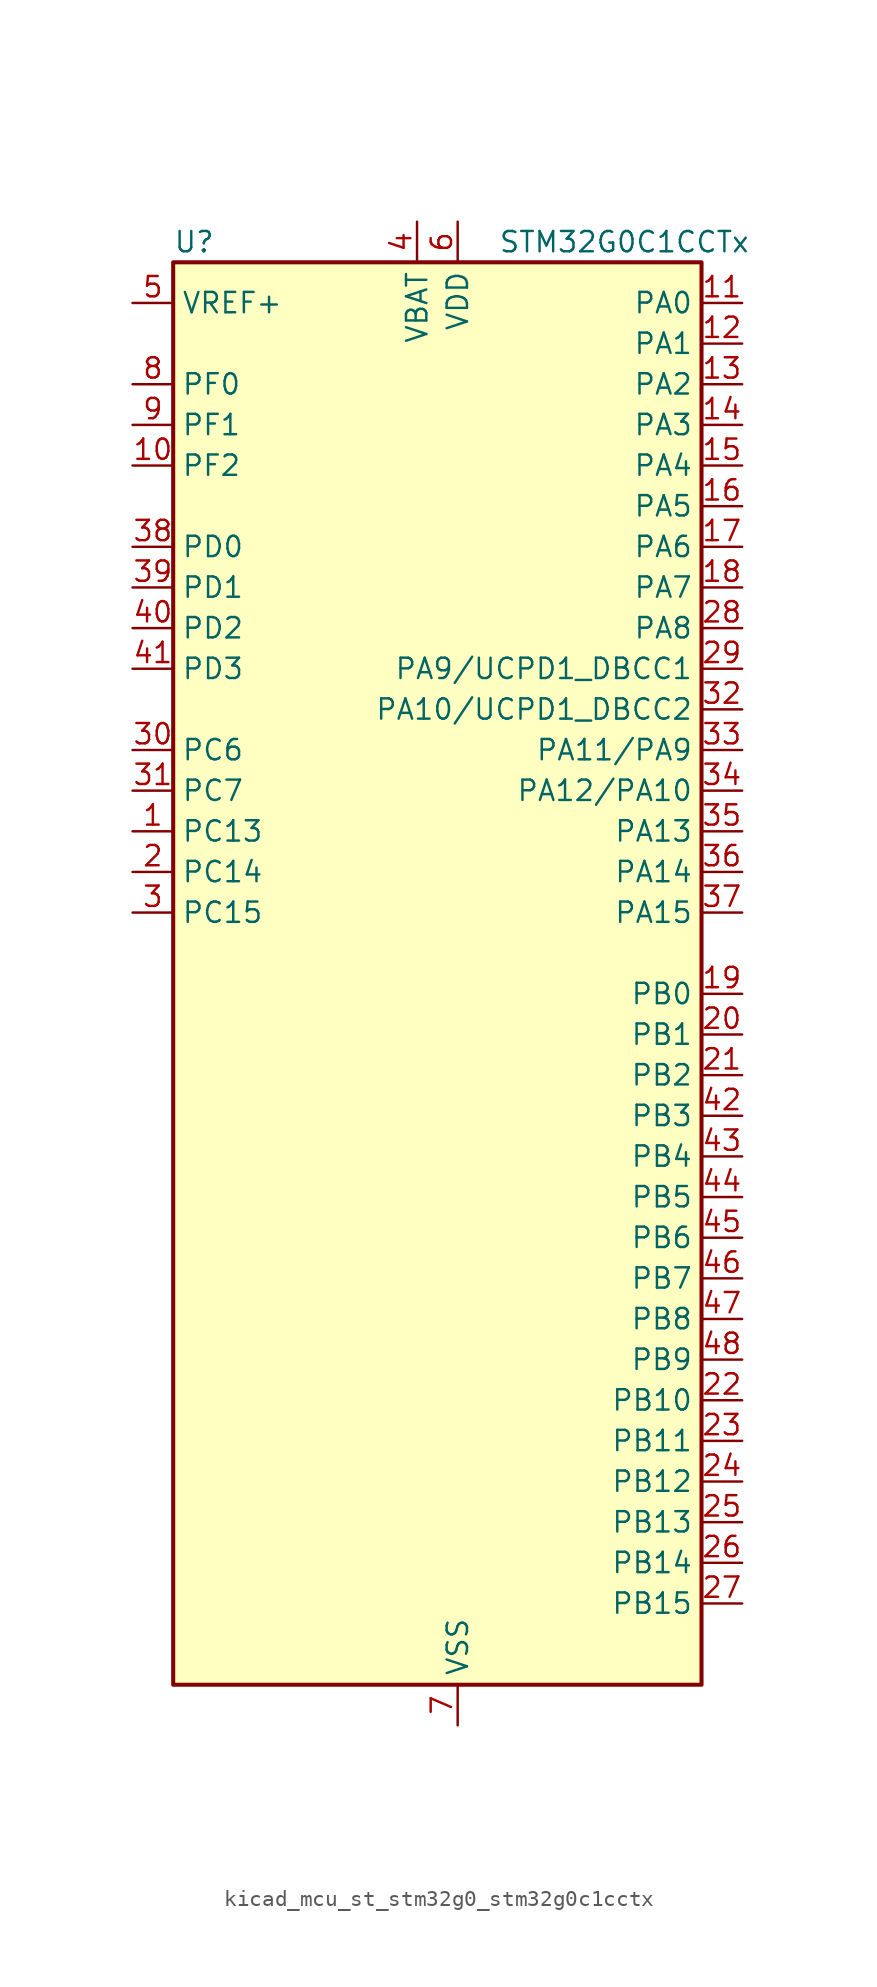
<source format=kicad_sym>
(kicad_symbol_lib
  (version 20220914)
  (generator kicad_symbol_editor)
  (symbol "kicad_mcu_st_stm32g0_stm32g0c1cctx"
    (property "Reference" "U"
      (at -15.24 46.99 0)
      (effects (font (size 1.27 1.27)) (justify left)))
    (property "Value" "STM32G0C1CCTx"
      (at 5.08 46.99 0)
      (effects (font (size 1.27 1.27)) (justify left)))
    (property "ki_locked" ""
      (at 0 0 0)
      (effects (font (size 1.27 1.27))))
    (symbol "kicad_mcu_st_stm32g0_stm32g0c1cctx_0_1"
      (rectangle (start -15.24 -43.18) (end 17.78 45.72) (stroke (width 0.254) (type default)) (fill (type background))))
    (symbol "kicad_mcu_st_stm32g0_stm32g0c1cctx_1_1"
      (pin bidirectional line (at -17.78 10.16 0) (length 2.54) (name "PC13" (effects (font (size 1.27 1.27)))) (number "1" (effects (font (size 1.27 1.27)))) (alternate "RTC_OUT1" bidirectional line) (alternate "RTC_TAMP_IN1" bidirectional line) (alternate "RTC_TS" bidirectional line) (alternate "SYS_WKUP2" bidirectional line) (alternate "TIM1_BK" bidirectional line))
      (pin bidirectional line (at -17.78 33.02 0) (length 2.54) (name "PF2" (effects (font (size 1.27 1.27)))) (number "10" (effects (font (size 1.27 1.27)))) (alternate "LPUART2_DE" bidirectional line) (alternate "LPUART2_RTS" bidirectional line) (alternate "LPUART2_TX" bidirectional line) (alternate "RCC_MCO" bidirectional line))
      (pin bidirectional line (at 20.32 43.18 180) (length 2.54) (name "PA0" (effects (font (size 1.27 1.27)))) (number "11" (effects (font (size 1.27 1.27)))) (alternate "ADC1_IN0" bidirectional line) (alternate "COMP1_INM" bidirectional line) (alternate "COMP1_OUT" bidirectional line) (alternate "I2S2_CK" bidirectional line) (alternate "LPTIM1_OUT" bidirectional line) (alternate "RTC_TAMP_IN2" bidirectional line) (alternate "SPI2_SCK" bidirectional line) (alternate "SYS_WKUP1" bidirectional line) (alternate "TIM2_CH1" bidirectional line) (alternate "TIM2_ETR" bidirectional line) (alternate "UCPD2_FRSTX1" bidirectional line) (alternate "UCPD2_FRSTX2" bidirectional line) (alternate "USART2_CTS" bidirectional line) (alternate "USART2_NSS" bidirectional line) (alternate "USART4_TX" bidirectional line))
      (pin bidirectional line (at 20.32 40.64 180) (length 2.54) (name "PA1" (effects (font (size 1.27 1.27)))) (number "12" (effects (font (size 1.27 1.27)))) (alternate "ADC1_IN1" bidirectional line) (alternate "COMP1_INP" bidirectional line) (alternate "I2C1_SMBA" bidirectional line) (alternate "I2S1_CK" bidirectional line) (alternate "SPI1_SCK" bidirectional line) (alternate "TIM15_CH1N" bidirectional line) (alternate "TIM2_CH2" bidirectional line) (alternate "USART2_CK" bidirectional line) (alternate "USART2_DE" bidirectional line) (alternate "USART2_RTS" bidirectional line) (alternate "USART4_RX" bidirectional line))
      (pin bidirectional line (at 20.32 38.1 180) (length 2.54) (name "PA2" (effects (font (size 1.27 1.27)))) (number "13" (effects (font (size 1.27 1.27)))) (alternate "ADC1_IN2" bidirectional line) (alternate "COMP2_INM" bidirectional line) (alternate "COMP2_OUT" bidirectional line) (alternate "I2S1_SD" bidirectional line) (alternate "LPUART1_TX" bidirectional line) (alternate "RCC_LSCO" bidirectional line) (alternate "SPI1_MOSI" bidirectional line) (alternate "SYS_WKUP4" bidirectional line) (alternate "TIM15_CH1" bidirectional line) (alternate "TIM2_CH3" bidirectional line) (alternate "UCPD1_FRSTX1" bidirectional line) (alternate "UCPD1_FRSTX2" bidirectional line) (alternate "USART2_TX" bidirectional line))
      (pin bidirectional line (at 20.32 35.56 180) (length 2.54) (name "PA3" (effects (font (size 1.27 1.27)))) (number "14" (effects (font (size 1.27 1.27)))) (alternate "ADC1_IN3" bidirectional line) (alternate "COMP2_INP" bidirectional line) (alternate "I2S2_MCK" bidirectional line) (alternate "LPUART1_RX" bidirectional line) (alternate "SPI2_MISO" bidirectional line) (alternate "TIM15_CH2" bidirectional line) (alternate "TIM2_CH4" bidirectional line) (alternate "UCPD2_FRSTX1" bidirectional line) (alternate "UCPD2_FRSTX2" bidirectional line) (alternate "USART2_RX" bidirectional line))
      (pin bidirectional line (at 20.32 33.02 180) (length 2.54) (name "PA4" (effects (font (size 1.27 1.27)))) (number "15" (effects (font (size 1.27 1.27)))) (alternate "ADC1_IN4" bidirectional line) (alternate "DAC1_OUT1" bidirectional line) (alternate "I2S1_WS" bidirectional line) (alternate "I2S2_SD" bidirectional line) (alternate "LPTIM2_OUT" bidirectional line) (alternate "RTC_OUT2" bidirectional line) (alternate "SPI1_NSS" bidirectional line) (alternate "SPI2_MOSI" bidirectional line) (alternate "SPI3_NSS" bidirectional line) (alternate "TIM14_CH1" bidirectional line) (alternate "UCPD2_FRSTX1" bidirectional line) (alternate "UCPD2_FRSTX2" bidirectional line) (alternate "USART6_TX" bidirectional line) (alternate "USB_NOE" bidirectional line))
      (pin bidirectional line (at 20.32 30.48 180) (length 2.54) (name "PA5" (effects (font (size 1.27 1.27)))) (number "16" (effects (font (size 1.27 1.27)))) (alternate "ADC1_IN5" bidirectional line) (alternate "CEC" bidirectional line) (alternate "DAC1_OUT2" bidirectional line) (alternate "I2S1_CK" bidirectional line) (alternate "LPTIM2_ETR" bidirectional line) (alternate "SPI1_SCK" bidirectional line) (alternate "TIM2_CH1" bidirectional line) (alternate "TIM2_ETR" bidirectional line) (alternate "UCPD1_FRSTX1" bidirectional line) (alternate "UCPD1_FRSTX2" bidirectional line) (alternate "USART3_TX" bidirectional line) (alternate "USART6_RX" bidirectional line))
      (pin bidirectional line (at 20.32 27.94 180) (length 2.54) (name "PA6" (effects (font (size 1.27 1.27)))) (number "17" (effects (font (size 1.27 1.27)))) (alternate "ADC1_IN6" bidirectional line) (alternate "COMP1_OUT" bidirectional line) (alternate "I2C2_SDA" bidirectional line) (alternate "I2C3_SDA" bidirectional line) (alternate "I2S1_MCK" bidirectional line) (alternate "LPUART1_CTS" bidirectional line) (alternate "SPI1_MISO" bidirectional line) (alternate "TIM16_CH1" bidirectional line) (alternate "TIM1_BK" bidirectional line) (alternate "TIM3_CH1" bidirectional line) (alternate "USART3_CTS" bidirectional line) (alternate "USART3_NSS" bidirectional line) (alternate "USART6_CTS" bidirectional line) (alternate "USART6_NSS" bidirectional line))
      (pin bidirectional line (at 20.32 25.4 180) (length 2.54) (name "PA7" (effects (font (size 1.27 1.27)))) (number "18" (effects (font (size 1.27 1.27)))) (alternate "ADC1_IN7" bidirectional line) (alternate "COMP2_OUT" bidirectional line) (alternate "I2C2_SCL" bidirectional line) (alternate "I2C3_SCL" bidirectional line) (alternate "I2S1_SD" bidirectional line) (alternate "SPI1_MOSI" bidirectional line) (alternate "TIM14_CH1" bidirectional line) (alternate "TIM17_CH1" bidirectional line) (alternate "TIM1_CH1N" bidirectional line) (alternate "TIM3_CH2" bidirectional line) (alternate "UCPD1_FRSTX1" bidirectional line) (alternate "UCPD1_FRSTX2" bidirectional line) (alternate "USART6_CK" bidirectional line) (alternate "USART6_DE" bidirectional line) (alternate "USART6_RTS" bidirectional line))
      (pin bidirectional line (at 20.32 0 180) (length 2.54) (name "PB0" (effects (font (size 1.27 1.27)))) (number "19" (effects (font (size 1.27 1.27)))) (alternate "ADC1_IN8" bidirectional line) (alternate "COMP1_OUT" bidirectional line) (alternate "COMP3_INP" bidirectional line) (alternate "FDCAN2_RX" bidirectional line) (alternate "I2S1_WS" bidirectional line) (alternate "LPTIM1_OUT" bidirectional line) (alternate "LPUART2_CTS" bidirectional line) (alternate "SPI1_NSS" bidirectional line) (alternate "TIM1_CH2N" bidirectional line) (alternate "TIM3_CH3" bidirectional line) (alternate "UCPD1_FRSTX1" bidirectional line) (alternate "UCPD1_FRSTX2" bidirectional line) (alternate "USART3_RX" bidirectional line) (alternate "USART5_TX" bidirectional line))
      (pin bidirectional line (at -17.78 7.62 0) (length 2.54) (name "PC14" (effects (font (size 1.27 1.27)))) (number "2" (effects (font (size 1.27 1.27)))) (alternate "RCC_OSC32_IN" bidirectional line) (alternate "TIM1_BK2" bidirectional line))
      (pin bidirectional line (at 20.32 -2.54 180) (length 2.54) (name "PB1" (effects (font (size 1.27 1.27)))) (number "20" (effects (font (size 1.27 1.27)))) (alternate "ADC1_IN9" bidirectional line) (alternate "COMP1_INM" bidirectional line) (alternate "COMP3_OUT" bidirectional line) (alternate "FDCAN2_TX" bidirectional line) (alternate "LPTIM2_IN1" bidirectional line) (alternate "LPUART1_DE" bidirectional line) (alternate "LPUART1_RTS" bidirectional line) (alternate "LPUART2_DE" bidirectional line) (alternate "LPUART2_RTS" bidirectional line) (alternate "TIM14_CH1" bidirectional line) (alternate "TIM1_CH3N" bidirectional line) (alternate "TIM3_CH4" bidirectional line) (alternate "USART3_CK" bidirectional line) (alternate "USART3_DE" bidirectional line) (alternate "USART3_RTS" bidirectional line) (alternate "USART5_RX" bidirectional line))
      (pin bidirectional line (at 20.32 -5.08 180) (length 2.54) (name "PB2" (effects (font (size 1.27 1.27)))) (number "21" (effects (font (size 1.27 1.27)))) (alternate "ADC1_IN10" bidirectional line) (alternate "COMP1_INP" bidirectional line) (alternate "COMP3_INM" bidirectional line) (alternate "I2S2_MCK" bidirectional line) (alternate "LPTIM1_OUT" bidirectional line) (alternate "RCC_MCO_2" bidirectional line) (alternate "SPI2_MISO" bidirectional line) (alternate "USART3_TX" bidirectional line))
      (pin bidirectional line (at 20.32 -25.4 180) (length 2.54) (name "PB10" (effects (font (size 1.27 1.27)))) (number "22" (effects (font (size 1.27 1.27)))) (alternate "ADC1_IN11" bidirectional line) (alternate "CEC" bidirectional line) (alternate "COMP1_OUT" bidirectional line) (alternate "I2C2_SCL" bidirectional line) (alternate "I2S2_CK" bidirectional line) (alternate "LPUART1_RX" bidirectional line) (alternate "SPI2_SCK" bidirectional line) (alternate "TIM2_CH3" bidirectional line) (alternate "USART3_TX" bidirectional line))
      (pin bidirectional line (at 20.32 -27.94 180) (length 2.54) (name "PB11" (effects (font (size 1.27 1.27)))) (number "23" (effects (font (size 1.27 1.27)))) (alternate "ADC1_EXTI11" bidirectional line) (alternate "ADC1_IN15" bidirectional line) (alternate "COMP2_OUT" bidirectional line) (alternate "I2C2_SDA" bidirectional line) (alternate "I2S2_SD" bidirectional line) (alternate "LPUART1_TX" bidirectional line) (alternate "SPI2_MOSI" bidirectional line) (alternate "TIM2_CH4" bidirectional line) (alternate "USART3_RX" bidirectional line))
      (pin bidirectional line (at 20.32 -30.48 180) (length 2.54) (name "PB12" (effects (font (size 1.27 1.27)))) (number "24" (effects (font (size 1.27 1.27)))) (alternate "ADC1_IN16" bidirectional line) (alternate "FDCAN2_RX" bidirectional line) (alternate "I2C2_SMBA" bidirectional line) (alternate "I2S2_WS" bidirectional line) (alternate "LPUART1_DE" bidirectional line) (alternate "LPUART1_RTS" bidirectional line) (alternate "SPI2_NSS" bidirectional line) (alternate "TIM15_BK" bidirectional line) (alternate "TIM1_BK" bidirectional line) (alternate "UCPD2_FRSTX1" bidirectional line) (alternate "UCPD2_FRSTX2" bidirectional line))
      (pin bidirectional line (at 20.32 -33.02 180) (length 2.54) (name "PB13" (effects (font (size 1.27 1.27)))) (number "25" (effects (font (size 1.27 1.27)))) (alternate "FDCAN2_TX" bidirectional line) (alternate "I2C2_SCL" bidirectional line) (alternate "I2S2_CK" bidirectional line) (alternate "LPUART1_CTS" bidirectional line) (alternate "SPI2_SCK" bidirectional line) (alternate "TIM15_CH1N" bidirectional line) (alternate "TIM1_CH1N" bidirectional line) (alternate "USART3_CTS" bidirectional line) (alternate "USART3_NSS" bidirectional line))
      (pin bidirectional line (at 20.32 -35.56 180) (length 2.54) (name "PB14" (effects (font (size 1.27 1.27)))) (number "26" (effects (font (size 1.27 1.27)))) (alternate "I2C2_SDA" bidirectional line) (alternate "I2S2_MCK" bidirectional line) (alternate "SPI2_MISO" bidirectional line) (alternate "TIM15_CH1" bidirectional line) (alternate "TIM1_CH2N" bidirectional line) (alternate "UCPD1_FRSTX1" bidirectional line) (alternate "UCPD1_FRSTX2" bidirectional line) (alternate "USART3_CK" bidirectional line) (alternate "USART3_DE" bidirectional line) (alternate "USART3_RTS" bidirectional line) (alternate "USART6_CK" bidirectional line) (alternate "USART6_DE" bidirectional line) (alternate "USART6_RTS" bidirectional line))
      (pin bidirectional line (at 20.32 -38.1 180) (length 2.54) (name "PB15" (effects (font (size 1.27 1.27)))) (number "27" (effects (font (size 1.27 1.27)))) (alternate "I2S2_SD" bidirectional line) (alternate "RTC_REFIN" bidirectional line) (alternate "SPI2_MOSI" bidirectional line) (alternate "TIM15_CH1N" bidirectional line) (alternate "TIM15_CH2" bidirectional line) (alternate "TIM1_CH3N" bidirectional line) (alternate "UCPD1_CC2" bidirectional line) (alternate "USART6_CTS" bidirectional line) (alternate "USART6_NSS" bidirectional line))
      (pin bidirectional line (at 20.32 22.86 180) (length 2.54) (name "PA8" (effects (font (size 1.27 1.27)))) (number "28" (effects (font (size 1.27 1.27)))) (alternate "CRS1_SYNC" bidirectional line) (alternate "I2C2_SMBA" bidirectional line) (alternate "I2S2_WS" bidirectional line) (alternate "LPTIM2_OUT" bidirectional line) (alternate "RCC_MCO" bidirectional line) (alternate "SPI2_NSS" bidirectional line) (alternate "TIM1_CH1" bidirectional line) (alternate "UCPD1_CC1" bidirectional line))
      (pin bidirectional line (at 20.32 20.32 180) (length 2.54) (name "PA9/UCPD1_DBCC1" (effects (font (size 1.27 1.27)))) (number "29" (effects (font (size 1.27 1.27)))) (alternate "DAC1_EXTI9" bidirectional line) (alternate "I2C1_SCL" bidirectional line) (alternate "I2C2_SCL" bidirectional line) (alternate "I2S2_MCK" bidirectional line) (alternate "RCC_MCO" bidirectional line) (alternate "SPI2_MISO" bidirectional line) (alternate "TIM15_BK" bidirectional line) (alternate "TIM1_CH2" bidirectional line) (alternate "UCPD1_DBCC1" bidirectional line) (alternate "USART1_TX" bidirectional line))
      (pin bidirectional line (at -17.78 5.08 0) (length 2.54) (name "PC15" (effects (font (size 1.27 1.27)))) (number "3" (effects (font (size 1.27 1.27)))) (alternate "RCC_OSC32_EN" bidirectional line) (alternate "RCC_OSC32_OUT" bidirectional line) (alternate "RCC_OSC_EN" bidirectional line) (alternate "TIM15_BK" bidirectional line))
      (pin bidirectional line (at -17.78 15.24 0) (length 2.54) (name "PC6" (effects (font (size 1.27 1.27)))) (number "30" (effects (font (size 1.27 1.27)))) (alternate "LPUART2_TX" bidirectional line) (alternate "TIM2_CH3" bidirectional line) (alternate "TIM3_CH1" bidirectional line) (alternate "UCPD1_FRSTX1" bidirectional line) (alternate "UCPD1_FRSTX2" bidirectional line))
      (pin bidirectional line (at -17.78 12.7 0) (length 2.54) (name "PC7" (effects (font (size 1.27 1.27)))) (number "31" (effects (font (size 1.27 1.27)))) (alternate "LPUART2_RX" bidirectional line) (alternate "TIM2_CH4" bidirectional line) (alternate "TIM3_CH2" bidirectional line) (alternate "UCPD2_FRSTX1" bidirectional line) (alternate "UCPD2_FRSTX2" bidirectional line))
      (pin bidirectional line (at 20.32 17.78 180) (length 2.54) (name "PA10/UCPD1_DBCC2" (effects (font (size 1.27 1.27)))) (number "32" (effects (font (size 1.27 1.27)))) (alternate "I2C1_SDA" bidirectional line) (alternate "I2C2_SDA" bidirectional line) (alternate "I2S2_SD" bidirectional line) (alternate "RCC_MCO_2" bidirectional line) (alternate "SPI2_MOSI" bidirectional line) (alternate "TIM17_BK" bidirectional line) (alternate "TIM1_CH3" bidirectional line) (alternate "UCPD1_DBCC2" bidirectional line) (alternate "USART1_RX" bidirectional line))
      (pin bidirectional line (at 20.32 15.24 180) (length 2.54) (name "PA11/PA9" (effects (font (size 1.27 1.27)))) (number "33" (effects (font (size 1.27 1.27)))) (alternate "ADC1_EXTI11" bidirectional line) (alternate "COMP1_OUT" bidirectional line) (alternate "FDCAN1_RX" bidirectional line) (alternate "I2C2_SCL" bidirectional line) (alternate "I2S1_MCK" bidirectional line) (alternate "SPI1_MISO" bidirectional line) (alternate "TIM1_BK2" bidirectional line) (alternate "TIM1_CH4" bidirectional line) (alternate "USART1_CTS" bidirectional line) (alternate "USART1_NSS" bidirectional line) (alternate "USB_DM" bidirectional line))
      (pin bidirectional line (at 20.32 12.7 180) (length 2.54) (name "PA12/PA10" (effects (font (size 1.27 1.27)))) (number "34" (effects (font (size 1.27 1.27)))) (alternate "COMP2_OUT" bidirectional line) (alternate "FDCAN1_TX" bidirectional line) (alternate "I2C2_SDA" bidirectional line) (alternate "I2S1_SD" bidirectional line) (alternate "I2S_CKIN" bidirectional line) (alternate "SPI1_MOSI" bidirectional line) (alternate "TIM1_ETR" bidirectional line) (alternate "USART1_CK" bidirectional line) (alternate "USART1_DE" bidirectional line) (alternate "USART1_RTS" bidirectional line) (alternate "USB_DP" bidirectional line))
      (pin bidirectional line (at 20.32 10.16 180) (length 2.54) (name "PA13" (effects (font (size 1.27 1.27)))) (number "35" (effects (font (size 1.27 1.27)))) (alternate "IR_OUT" bidirectional line) (alternate "LPUART2_RX" bidirectional line) (alternate "SYS_SWDIO" bidirectional line) (alternate "USB_NOE" bidirectional line))
      (pin bidirectional line (at 20.32 7.62 180) (length 2.54) (name "PA14" (effects (font (size 1.27 1.27)))) (number "36" (effects (font (size 1.27 1.27)))) (alternate "LPUART2_TX" bidirectional line) (alternate "SYS_SWCLK" bidirectional line) (alternate "USART2_TX" bidirectional line))
      (pin bidirectional line (at 20.32 5.08 180) (length 2.54) (name "PA15" (effects (font (size 1.27 1.27)))) (number "37" (effects (font (size 1.27 1.27)))) (alternate "I2C2_SMBA" bidirectional line) (alternate "I2S1_WS" bidirectional line) (alternate "RCC_MCO_2" bidirectional line) (alternate "SPI1_NSS" bidirectional line) (alternate "SPI3_NSS" bidirectional line) (alternate "TIM2_CH1" bidirectional line) (alternate "TIM2_ETR" bidirectional line) (alternate "USART2_RX" bidirectional line) (alternate "USART3_CK" bidirectional line) (alternate "USART3_DE" bidirectional line) (alternate "USART3_RTS" bidirectional line) (alternate "USART4_CK" bidirectional line) (alternate "USART4_DE" bidirectional line) (alternate "USART4_RTS" bidirectional line) (alternate "USB_NOE" bidirectional line))
      (pin bidirectional line (at -17.78 27.94 0) (length 2.54) (name "PD0" (effects (font (size 1.27 1.27)))) (number "38" (effects (font (size 1.27 1.27)))) (alternate "FDCAN1_RX" bidirectional line) (alternate "I2S2_WS" bidirectional line) (alternate "SPI2_NSS" bidirectional line) (alternate "TIM16_CH1" bidirectional line) (alternate "UCPD2_CC1" bidirectional line))
      (pin bidirectional line (at -17.78 25.4 0) (length 2.54) (name "PD1" (effects (font (size 1.27 1.27)))) (number "39" (effects (font (size 1.27 1.27)))) (alternate "FDCAN1_TX" bidirectional line) (alternate "I2S2_CK" bidirectional line) (alternate "SPI2_SCK" bidirectional line) (alternate "TIM17_CH1" bidirectional line) (alternate "UCPD2_DBCC1" bidirectional line))
      (pin power_in line (at 0 48.26 270) (length 2.54) (name "VBAT" (effects (font (size 1.27 1.27)))) (number "4" (effects (font (size 1.27 1.27)))))
      (pin bidirectional line (at -17.78 22.86 0) (length 2.54) (name "PD2" (effects (font (size 1.27 1.27)))) (number "40" (effects (font (size 1.27 1.27)))) (alternate "TIM1_CH1N" bidirectional line) (alternate "TIM3_ETR" bidirectional line) (alternate "UCPD2_CC2" bidirectional line) (alternate "USART3_CK" bidirectional line) (alternate "USART3_DE" bidirectional line) (alternate "USART3_RTS" bidirectional line) (alternate "USART5_RX" bidirectional line))
      (pin bidirectional line (at -17.78 20.32 0) (length 2.54) (name "PD3" (effects (font (size 1.27 1.27)))) (number "41" (effects (font (size 1.27 1.27)))) (alternate "I2S2_MCK" bidirectional line) (alternate "SPI2_MISO" bidirectional line) (alternate "TIM1_CH2N" bidirectional line) (alternate "UCPD2_DBCC2" bidirectional line) (alternate "USART2_CTS" bidirectional line) (alternate "USART2_NSS" bidirectional line) (alternate "USART5_TX" bidirectional line))
      (pin bidirectional line (at 20.32 -7.62 180) (length 2.54) (name "PB3" (effects (font (size 1.27 1.27)))) (number "42" (effects (font (size 1.27 1.27)))) (alternate "COMP2_INM" bidirectional line) (alternate "I2C2_SCL" bidirectional line) (alternate "I2C3_SCL" bidirectional line) (alternate "I2S1_CK" bidirectional line) (alternate "SPI1_SCK" bidirectional line) (alternate "SPI3_SCK" bidirectional line) (alternate "TIM1_CH2" bidirectional line) (alternate "TIM2_CH2" bidirectional line) (alternate "USART1_CK" bidirectional line) (alternate "USART1_DE" bidirectional line) (alternate "USART1_RTS" bidirectional line) (alternate "USART5_TX" bidirectional line))
      (pin bidirectional line (at 20.32 -10.16 180) (length 2.54) (name "PB4" (effects (font (size 1.27 1.27)))) (number "43" (effects (font (size 1.27 1.27)))) (alternate "COMP2_INP" bidirectional line) (alternate "I2C2_SDA" bidirectional line) (alternate "I2C3_SDA" bidirectional line) (alternate "I2S1_MCK" bidirectional line) (alternate "SPI1_MISO" bidirectional line) (alternate "SPI3_MISO" bidirectional line) (alternate "TIM17_BK" bidirectional line) (alternate "TIM3_CH1" bidirectional line) (alternate "USART1_CTS" bidirectional line) (alternate "USART1_NSS" bidirectional line) (alternate "USART5_RX" bidirectional line))
      (pin bidirectional line (at 20.32 -12.7 180) (length 2.54) (name "PB5" (effects (font (size 1.27 1.27)))) (number "44" (effects (font (size 1.27 1.27)))) (alternate "COMP2_OUT" bidirectional line) (alternate "FDCAN2_RX" bidirectional line) (alternate "I2C1_SMBA" bidirectional line) (alternate "I2S1_SD" bidirectional line) (alternate "LPTIM1_IN1" bidirectional line) (alternate "SPI1_MOSI" bidirectional line) (alternate "SPI3_MOSI" bidirectional line) (alternate "SYS_WKUP6" bidirectional line) (alternate "TIM16_BK" bidirectional line) (alternate "TIM3_CH2" bidirectional line) (alternate "USART5_CK" bidirectional line) (alternate "USART5_DE" bidirectional line) (alternate "USART5_RTS" bidirectional line))
      (pin bidirectional line (at 20.32 -15.24 180) (length 2.54) (name "PB6" (effects (font (size 1.27 1.27)))) (number "45" (effects (font (size 1.27 1.27)))) (alternate "COMP2_INP" bidirectional line) (alternate "FDCAN2_TX" bidirectional line) (alternate "I2C1_SCL" bidirectional line) (alternate "I2S2_MCK" bidirectional line) (alternate "LPTIM1_ETR" bidirectional line) (alternate "LPUART2_TX" bidirectional line) (alternate "SPI2_MISO" bidirectional line) (alternate "TIM16_CH1N" bidirectional line) (alternate "TIM1_CH3" bidirectional line) (alternate "TIM4_CH1" bidirectional line) (alternate "USART1_TX" bidirectional line) (alternate "USART5_CTS" bidirectional line) (alternate "USART5_NSS" bidirectional line))
      (pin bidirectional line (at 20.32 -17.78 180) (length 2.54) (name "PB7" (effects (font (size 1.27 1.27)))) (number "46" (effects (font (size 1.27 1.27)))) (alternate "COMP2_INM" bidirectional line) (alternate "I2C1_SDA" bidirectional line) (alternate "I2S2_SD" bidirectional line) (alternate "LPTIM1_IN2" bidirectional line) (alternate "LPUART2_RX" bidirectional line) (alternate "SPI2_MOSI" bidirectional line) (alternate "SYS_PVD_IN" bidirectional line) (alternate "TIM17_CH1N" bidirectional line) (alternate "TIM4_CH2" bidirectional line) (alternate "USART1_RX" bidirectional line) (alternate "USART4_CTS" bidirectional line) (alternate "USART4_NSS" bidirectional line))
      (pin bidirectional line (at 20.32 -20.32 180) (length 2.54) (name "PB8" (effects (font (size 1.27 1.27)))) (number "47" (effects (font (size 1.27 1.27)))) (alternate "CEC" bidirectional line) (alternate "FDCAN1_RX" bidirectional line) (alternate "I2C1_SCL" bidirectional line) (alternate "I2S2_CK" bidirectional line) (alternate "SPI2_SCK" bidirectional line) (alternate "TIM15_BK" bidirectional line) (alternate "TIM16_CH1" bidirectional line) (alternate "TIM4_CH3" bidirectional line) (alternate "USART3_TX" bidirectional line) (alternate "USART6_TX" bidirectional line))
      (pin bidirectional line (at 20.32 -22.86 180) (length 2.54) (name "PB9" (effects (font (size 1.27 1.27)))) (number "48" (effects (font (size 1.27 1.27)))) (alternate "DAC1_EXTI9" bidirectional line) (alternate "FDCAN1_TX" bidirectional line) (alternate "I2C1_SDA" bidirectional line) (alternate "I2S2_WS" bidirectional line) (alternate "IR_OUT" bidirectional line) (alternate "SPI2_NSS" bidirectional line) (alternate "TIM17_CH1" bidirectional line) (alternate "TIM4_CH4" bidirectional line) (alternate "UCPD2_FRSTX1" bidirectional line) (alternate "UCPD2_FRSTX2" bidirectional line) (alternate "USART3_RX" bidirectional line) (alternate "USART6_RX" bidirectional line))
      (pin input line (at -17.78 43.18 0) (length 2.54) (name "VREF+" (effects (font (size 1.27 1.27)))) (number "5" (effects (font (size 1.27 1.27)))) (alternate "VREFBUF_OUT" bidirectional line))
      (pin power_in line (at 2.54 48.26 270) (length 2.54) (name "VDD" (effects (font (size 1.27 1.27)))) (number "6" (effects (font (size 1.27 1.27)))))
      (pin power_in line (at 2.54 -45.72 90) (length 2.54) (name "VSS" (effects (font (size 1.27 1.27)))) (number "7" (effects (font (size 1.27 1.27)))))
      (pin bidirectional line (at -17.78 38.1 0) (length 2.54) (name "PF0" (effects (font (size 1.27 1.27)))) (number "8" (effects (font (size 1.27 1.27)))) (alternate "CRS1_SYNC" bidirectional line) (alternate "RCC_OSC_IN" bidirectional line) (alternate "TIM14_CH1" bidirectional line))
      (pin bidirectional line (at -17.78 35.56 0) (length 2.54) (name "PF1" (effects (font (size 1.27 1.27)))) (number "9" (effects (font (size 1.27 1.27)))) (alternate "RCC_OSC_EN" bidirectional line) (alternate "RCC_OSC_OUT" bidirectional line) (alternate "TIM15_CH1N" bidirectional line)))))
</source>
